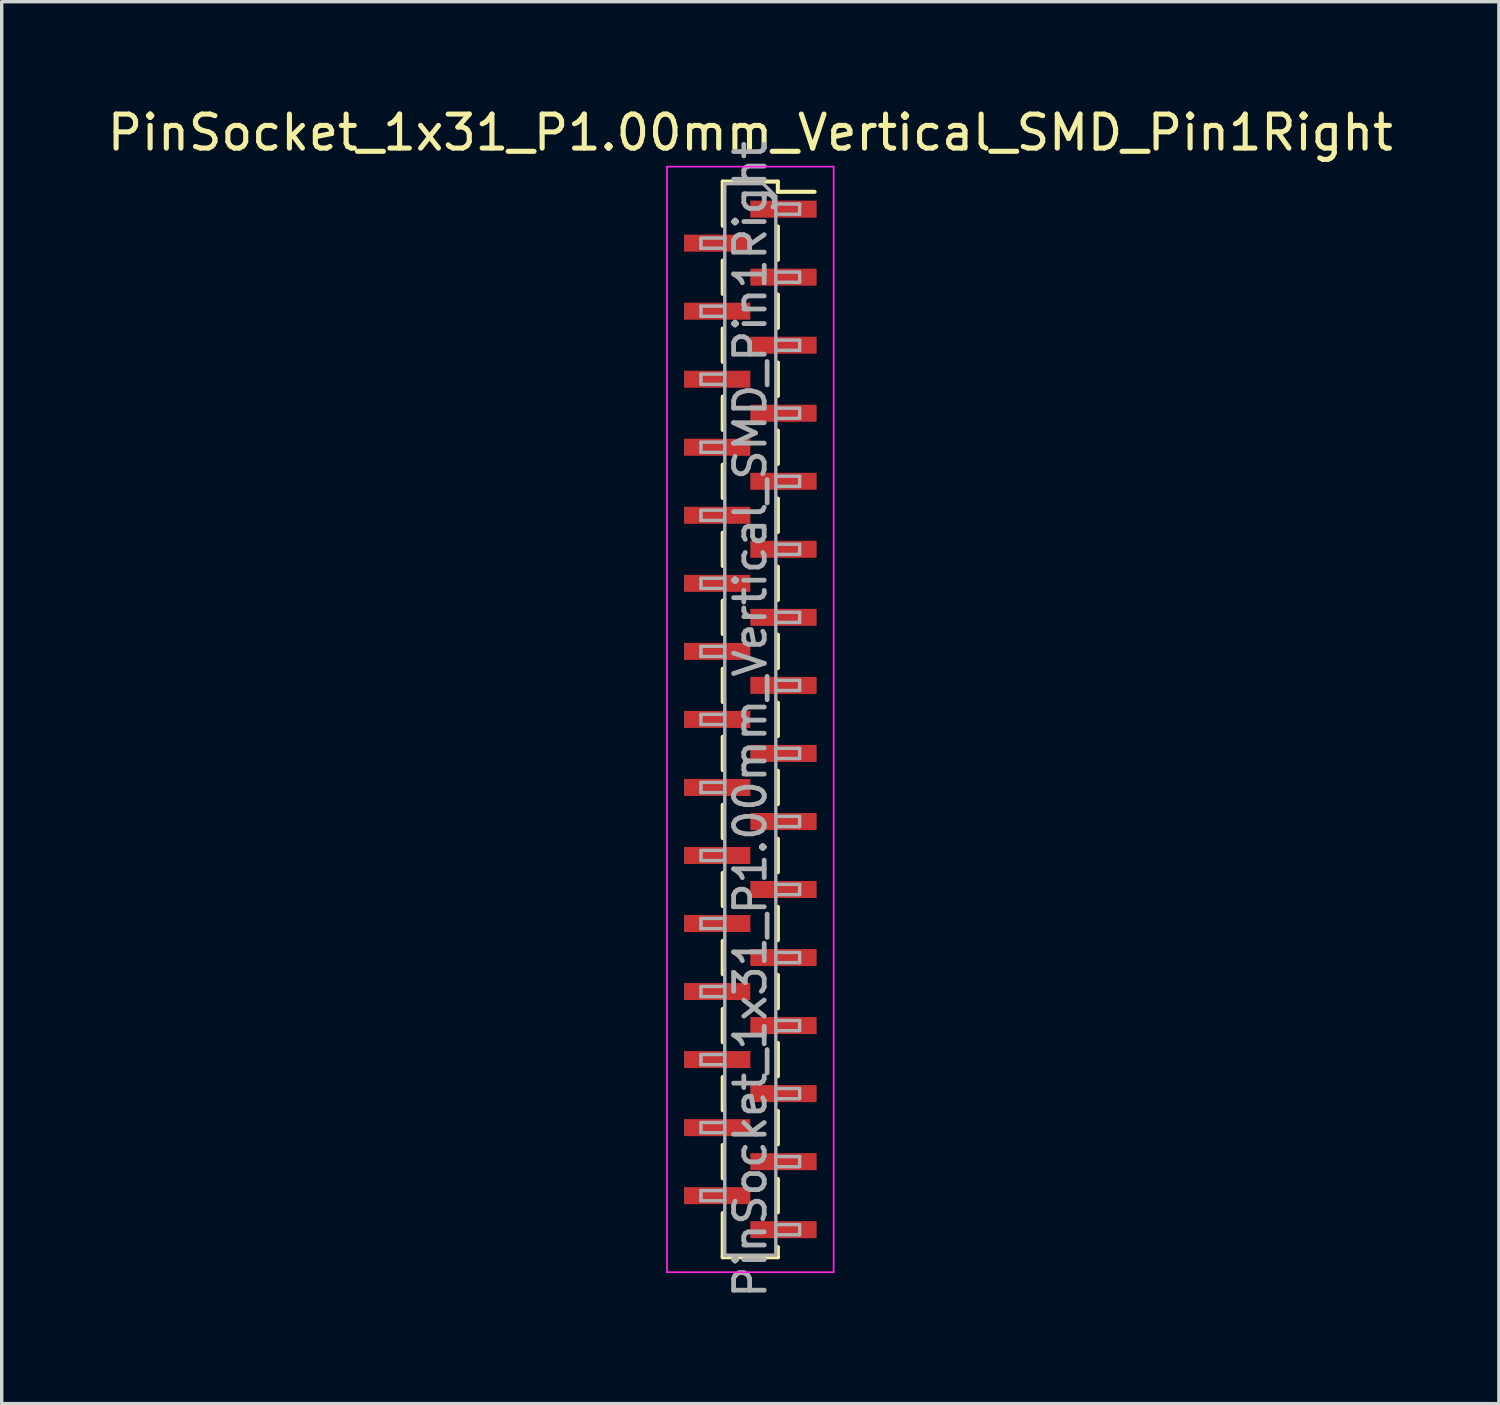
<source format=kicad_pcb>
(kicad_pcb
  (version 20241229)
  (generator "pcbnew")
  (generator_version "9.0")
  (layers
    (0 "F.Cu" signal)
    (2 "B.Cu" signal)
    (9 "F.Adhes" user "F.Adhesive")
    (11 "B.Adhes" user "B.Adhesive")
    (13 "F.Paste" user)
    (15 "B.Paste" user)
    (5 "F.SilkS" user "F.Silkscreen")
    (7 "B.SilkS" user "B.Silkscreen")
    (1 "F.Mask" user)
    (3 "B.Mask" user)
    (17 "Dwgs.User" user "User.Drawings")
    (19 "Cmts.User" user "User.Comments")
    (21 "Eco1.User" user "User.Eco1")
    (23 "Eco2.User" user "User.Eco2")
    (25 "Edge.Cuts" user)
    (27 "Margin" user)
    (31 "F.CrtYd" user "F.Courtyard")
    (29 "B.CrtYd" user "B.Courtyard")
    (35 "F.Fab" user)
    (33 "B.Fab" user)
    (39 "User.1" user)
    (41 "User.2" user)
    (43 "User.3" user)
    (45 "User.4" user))
  (footprint "PinSocket_1x31_P1.00mm_Vertical_SMD_Pin1Right"
    (layer "F.Cu")
    (at 19.006 18.098)
    (property "Reference" "PinSocket_1x31_P1.00mm_Vertical_SMD_Pin1Right" (at 0 -17.25 0) (layer "F.SilkS") (effects (font (size 1 1) (thickness 0.15))))
    (attr smd)
    (fp_line (start -0.81 -15.81) (end -0.81 -14.51) (stroke (width 0.12) (type solid)) (layer "F.SilkS"))
    (fp_line (start -0.81 -15.81) (end 0.81 -15.81) (stroke (width 0.12) (type solid)) (layer "F.SilkS"))
    (fp_line (start -0.81 -13.49) (end -0.81 -12.51) (stroke (width 0.12) (type solid)) (layer "F.SilkS"))
    (fp_line (start -0.81 -11.49) (end -0.81 -10.51) (stroke (width 0.12) (type solid)) (layer "F.SilkS"))
    (fp_line (start -0.81 -9.49) (end -0.81 -8.51) (stroke (width 0.12) (type solid)) (layer "F.SilkS"))
    (fp_line (start -0.81 -7.49) (end -0.81 -6.51) (stroke (width 0.12) (type solid)) (layer "F.SilkS"))
    (fp_line (start -0.81 -5.49) (end -0.81 -4.51) (stroke (width 0.12) (type solid)) (layer "F.SilkS"))
    (fp_line (start -0.81 -3.49) (end -0.81 -2.51) (stroke (width 0.12) (type solid)) (layer "F.SilkS"))
    (fp_line (start -0.81 -1.49) (end -0.81 -0.51) (stroke (width 0.12) (type solid)) (layer "F.SilkS"))
    (fp_line (start -0.81 0.51) (end -0.81 1.49) (stroke (width 0.12) (type solid)) (layer "F.SilkS"))
    (fp_line (start -0.81 2.51) (end -0.81 3.49) (stroke (width 0.12) (type solid)) (layer "F.SilkS"))
    (fp_line (start -0.81 4.51) (end -0.81 5.49) (stroke (width 0.12) (type solid)) (layer "F.SilkS"))
    (fp_line (start -0.81 6.51) (end -0.81 7.49) (stroke (width 0.12) (type solid)) (layer "F.SilkS"))
    (fp_line (start -0.81 8.51) (end -0.81 9.49) (stroke (width 0.12) (type solid)) (layer "F.SilkS"))
    (fp_line (start -0.81 10.51) (end -0.81 11.49) (stroke (width 0.12) (type solid)) (layer "F.SilkS"))
    (fp_line (start -0.81 12.51) (end -0.81 13.49) (stroke (width 0.12) (type solid)) (layer "F.SilkS"))
    (fp_line (start -0.81 14.51) (end -0.81 15.81) (stroke (width 0.12) (type solid)) (layer "F.SilkS"))
    (fp_line (start -0.81 15.81) (end 0.81 15.81) (stroke (width 0.12) (type solid)) (layer "F.SilkS"))
    (fp_line (start 0.81 -15.81) (end 0.81 -15.51) (stroke (width 0.12) (type solid)) (layer "F.SilkS"))
    (fp_line (start 0.81 -15.51) (end 1.89 -15.51) (stroke (width 0.12) (type solid)) (layer "F.SilkS"))
    (fp_line (start 0.81 -14.49) (end 0.81 -13.51) (stroke (width 0.12) (type solid)) (layer "F.SilkS"))
    (fp_line (start 0.81 -12.49) (end 0.81 -11.51) (stroke (width 0.12) (type solid)) (layer "F.SilkS"))
    (fp_line (start 0.81 -10.49) (end 0.81 -9.51) (stroke (width 0.12) (type solid)) (layer "F.SilkS"))
    (fp_line (start 0.81 -8.49) (end 0.81 -7.51) (stroke (width 0.12) (type solid)) (layer "F.SilkS"))
    (fp_line (start 0.81 -6.49) (end 0.81 -5.51) (stroke (width 0.12) (type solid)) (layer "F.SilkS"))
    (fp_line (start 0.81 -4.49) (end 0.81 -3.51) (stroke (width 0.12) (type solid)) (layer "F.SilkS"))
    (fp_line (start 0.81 -2.49) (end 0.81 -1.51) (stroke (width 0.12) (type solid)) (layer "F.SilkS"))
    (fp_line (start 0.81 -0.49) (end 0.81 0.49) (stroke (width 0.12) (type solid)) (layer "F.SilkS"))
    (fp_line (start 0.81 1.51) (end 0.81 2.49) (stroke (width 0.12) (type solid)) (layer "F.SilkS"))
    (fp_line (start 0.81 3.51) (end 0.81 4.49) (stroke (width 0.12) (type solid)) (layer "F.SilkS"))
    (fp_line (start 0.81 5.51) (end 0.81 6.49) (stroke (width 0.12) (type solid)) (layer "F.SilkS"))
    (fp_line (start 0.81 7.51) (end 0.81 8.49) (stroke (width 0.12) (type solid)) (layer "F.SilkS"))
    (fp_line (start 0.81 9.51) (end 0.81 10.49) (stroke (width 0.12) (type solid)) (layer "F.SilkS"))
    (fp_line (start 0.81 11.51) (end 0.81 12.49) (stroke (width 0.12) (type solid)) (layer "F.SilkS"))
    (fp_line (start 0.81 13.51) (end 0.81 14.49) (stroke (width 0.12) (type solid)) (layer "F.SilkS"))
    (fp_line (start 0.81 15.51) (end 0.81 15.81) (stroke (width 0.12) (type solid)) (layer "F.SilkS"))
    (fp_line (start -2.45 -16.25) (end 2.45 -16.25) (stroke (width 0.05) (type solid)) (layer "F.CrtYd"))
    (fp_line (start -2.45 16.25) (end -2.45 -16.25) (stroke (width 0.05) (type solid)) (layer "F.CrtYd"))
    (fp_line (start 2.45 -16.25) (end 2.45 16.25) (stroke (width 0.05) (type solid)) (layer "F.CrtYd"))
    (fp_line (start 2.45 16.25) (end -2.45 16.25) (stroke (width 0.05) (type solid)) (layer "F.CrtYd"))
    (fp_line (start -1.45 -14.15) (end -0.75 -14.15) (stroke (width 0.1) (type solid)) (layer "F.Fab"))
    (fp_line (start -1.45 -13.85) (end -1.45 -14.15) (stroke (width 0.1) (type solid)) (layer "F.Fab"))
    (fp_line (start -1.45 -12.15) (end -0.75 -12.15) (stroke (width 0.1) (type solid)) (layer "F.Fab"))
    (fp_line (start -1.45 -11.85) (end -1.45 -12.15) (stroke (width 0.1) (type solid)) (layer "F.Fab"))
    (fp_line (start -1.45 -10.15) (end -0.75 -10.15) (stroke (width 0.1) (type solid)) (layer "F.Fab"))
    (fp_line (start -1.45 -9.85) (end -1.45 -10.15) (stroke (width 0.1) (type solid)) (layer "F.Fab"))
    (fp_line (start -1.45 -8.15) (end -0.75 -8.15) (stroke (width 0.1) (type solid)) (layer "F.Fab"))
    (fp_line (start -1.45 -7.85) (end -1.45 -8.15) (stroke (width 0.1) (type solid)) (layer "F.Fab"))
    (fp_line (start -1.45 -6.15) (end -0.75 -6.15) (stroke (width 0.1) (type solid)) (layer "F.Fab"))
    (fp_line (start -1.45 -5.85) (end -1.45 -6.15) (stroke (width 0.1) (type solid)) (layer "F.Fab"))
    (fp_line (start -1.45 -4.15) (end -0.75 -4.15) (stroke (width 0.1) (type solid)) (layer "F.Fab"))
    (fp_line (start -1.45 -3.85) (end -1.45 -4.15) (stroke (width 0.1) (type solid)) (layer "F.Fab"))
    (fp_line (start -1.45 -2.15) (end -0.75 -2.15) (stroke (width 0.1) (type solid)) (layer "F.Fab"))
    (fp_line (start -1.45 -1.85) (end -1.45 -2.15) (stroke (width 0.1) (type solid)) (layer "F.Fab"))
    (fp_line (start -1.45 -0.15) (end -0.75 -0.15) (stroke (width 0.1) (type solid)) (layer "F.Fab"))
    (fp_line (start -1.45 0.15) (end -1.45 -0.15) (stroke (width 0.1) (type solid)) (layer "F.Fab"))
    (fp_line (start -1.45 1.85) (end -0.75 1.85) (stroke (width 0.1) (type solid)) (layer "F.Fab"))
    (fp_line (start -1.45 2.15) (end -1.45 1.85) (stroke (width 0.1) (type solid)) (layer "F.Fab"))
    (fp_line (start -1.45 3.85) (end -0.75 3.85) (stroke (width 0.1) (type solid)) (layer "F.Fab"))
    (fp_line (start -1.45 4.15) (end -1.45 3.85) (stroke (width 0.1) (type solid)) (layer "F.Fab"))
    (fp_line (start -1.45 5.85) (end -0.75 5.85) (stroke (width 0.1) (type solid)) (layer "F.Fab"))
    (fp_line (start -1.45 6.15) (end -1.45 5.85) (stroke (width 0.1) (type solid)) (layer "F.Fab"))
    (fp_line (start -1.45 7.85) (end -0.75 7.85) (stroke (width 0.1) (type solid)) (layer "F.Fab"))
    (fp_line (start -1.45 8.15) (end -1.45 7.85) (stroke (width 0.1) (type solid)) (layer "F.Fab"))
    (fp_line (start -1.45 9.85) (end -0.75 9.85) (stroke (width 0.1) (type solid)) (layer "F.Fab"))
    (fp_line (start -1.45 10.15) (end -1.45 9.85) (stroke (width 0.1) (type solid)) (layer "F.Fab"))
    (fp_line (start -1.45 11.85) (end -0.75 11.85) (stroke (width 0.1) (type solid)) (layer "F.Fab"))
    (fp_line (start -1.45 12.15) (end -1.45 11.85) (stroke (width 0.1) (type solid)) (layer "F.Fab"))
    (fp_line (start -1.45 13.85) (end -0.75 13.85) (stroke (width 0.1) (type solid)) (layer "F.Fab"))
    (fp_line (start -1.45 14.15) (end -1.45 13.85) (stroke (width 0.1) (type solid)) (layer "F.Fab"))
    (fp_line (start -0.75 -15.75) (end 0.375 -15.75) (stroke (width 0.1) (type solid)) (layer "F.Fab"))
    (fp_line (start -0.75 -13.85) (end -1.45 -13.85) (stroke (width 0.1) (type solid)) (layer "F.Fab"))
    (fp_line (start -0.75 -11.85) (end -1.45 -11.85) (stroke (width 0.1) (type solid)) (layer "F.Fab"))
    (fp_line (start -0.75 -9.85) (end -1.45 -9.85) (stroke (width 0.1) (type solid)) (layer "F.Fab"))
    (fp_line (start -0.75 -7.85) (end -1.45 -7.85) (stroke (width 0.1) (type solid)) (layer "F.Fab"))
    (fp_line (start -0.75 -5.85) (end -1.45 -5.85) (stroke (width 0.1) (type solid)) (layer "F.Fab"))
    (fp_line (start -0.75 -3.85) (end -1.45 -3.85) (stroke (width 0.1) (type solid)) (layer "F.Fab"))
    (fp_line (start -0.75 -1.85) (end -1.45 -1.85) (stroke (width 0.1) (type solid)) (layer "F.Fab"))
    (fp_line (start -0.75 0.15) (end -1.45 0.15) (stroke (width 0.1) (type solid)) (layer "F.Fab"))
    (fp_line (start -0.75 2.15) (end -1.45 2.15) (stroke (width 0.1) (type solid)) (layer "F.Fab"))
    (fp_line (start -0.75 4.15) (end -1.45 4.15) (stroke (width 0.1) (type solid)) (layer "F.Fab"))
    (fp_line (start -0.75 6.15) (end -1.45 6.15) (stroke (width 0.1) (type solid)) (layer "F.Fab"))
    (fp_line (start -0.75 8.15) (end -1.45 8.15) (stroke (width 0.1) (type solid)) (layer "F.Fab"))
    (fp_line (start -0.75 10.15) (end -1.45 10.15) (stroke (width 0.1) (type solid)) (layer "F.Fab"))
    (fp_line (start -0.75 12.15) (end -1.45 12.15) (stroke (width 0.1) (type solid)) (layer "F.Fab"))
    (fp_line (start -0.75 14.15) (end -1.45 14.15) (stroke (width 0.1) (type solid)) (layer "F.Fab"))
    (fp_line (start -0.75 15.75) (end -0.75 -15.75) (stroke (width 0.1) (type solid)) (layer "F.Fab"))
    (fp_line (start 0.375 -15.75) (end 0.75 -15.375) (stroke (width 0.1) (type solid)) (layer "F.Fab"))
    (fp_line (start 0.75 -15.375) (end 0.75 15.75) (stroke (width 0.1) (type solid)) (layer "F.Fab"))
    (fp_line (start 0.75 -15.15) (end 1.45 -15.15) (stroke (width 0.1) (type solid)) (layer "F.Fab"))
    (fp_line (start 0.75 -13.15) (end 1.45 -13.15) (stroke (width 0.1) (type solid)) (layer "F.Fab"))
    (fp_line (start 0.75 -11.15) (end 1.45 -11.15) (stroke (width 0.1) (type solid)) (layer "F.Fab"))
    (fp_line (start 0.75 -9.15) (end 1.45 -9.15) (stroke (width 0.1) (type solid)) (layer "F.Fab"))
    (fp_line (start 0.75 -7.15) (end 1.45 -7.15) (stroke (width 0.1) (type solid)) (layer "F.Fab"))
    (fp_line (start 0.75 -5.15) (end 1.45 -5.15) (stroke (width 0.1) (type solid)) (layer "F.Fab"))
    (fp_line (start 0.75 -3.15) (end 1.45 -3.15) (stroke (width 0.1) (type solid)) (layer "F.Fab"))
    (fp_line (start 0.75 -1.15) (end 1.45 -1.15) (stroke (width 0.1) (type solid)) (layer "F.Fab"))
    (fp_line (start 0.75 0.85) (end 1.45 0.85) (stroke (width 0.1) (type solid)) (layer "F.Fab"))
    (fp_line (start 0.75 2.85) (end 1.45 2.85) (stroke (width 0.1) (type solid)) (layer "F.Fab"))
    (fp_line (start 0.75 4.85) (end 1.45 4.85) (stroke (width 0.1) (type solid)) (layer "F.Fab"))
    (fp_line (start 0.75 6.85) (end 1.45 6.85) (stroke (width 0.1) (type solid)) (layer "F.Fab"))
    (fp_line (start 0.75 8.85) (end 1.45 8.85) (stroke (width 0.1) (type solid)) (layer "F.Fab"))
    (fp_line (start 0.75 10.85) (end 1.45 10.85) (stroke (width 0.1) (type solid)) (layer "F.Fab"))
    (fp_line (start 0.75 12.85) (end 1.45 12.85) (stroke (width 0.1) (type solid)) (layer "F.Fab"))
    (fp_line (start 0.75 14.85) (end 1.45 14.85) (stroke (width 0.1) (type solid)) (layer "F.Fab"))
    (fp_line (start 0.75 15.75) (end -0.75 15.75) (stroke (width 0.1) (type solid)) (layer "F.Fab"))
    (fp_line (start 1.45 -15.15) (end 1.45 -14.85) (stroke (width 0.1) (type solid)) (layer "F.Fab"))
    (fp_line (start 1.45 -14.85) (end 0.75 -14.85) (stroke (width 0.1) (type solid)) (layer "F.Fab"))
    (fp_line (start 1.45 -13.15) (end 1.45 -12.85) (stroke (width 0.1) (type solid)) (layer "F.Fab"))
    (fp_line (start 1.45 -12.85) (end 0.75 -12.85) (stroke (width 0.1) (type solid)) (layer "F.Fab"))
    (fp_line (start 1.45 -11.15) (end 1.45 -10.85) (stroke (width 0.1) (type solid)) (layer "F.Fab"))
    (fp_line (start 1.45 -10.85) (end 0.75 -10.85) (stroke (width 0.1) (type solid)) (layer "F.Fab"))
    (fp_line (start 1.45 -9.15) (end 1.45 -8.85) (stroke (width 0.1) (type solid)) (layer "F.Fab"))
    (fp_line (start 1.45 -8.85) (end 0.75 -8.85) (stroke (width 0.1) (type solid)) (layer "F.Fab"))
    (fp_line (start 1.45 -7.15) (end 1.45 -6.85) (stroke (width 0.1) (type solid)) (layer "F.Fab"))
    (fp_line (start 1.45 -6.85) (end 0.75 -6.85) (stroke (width 0.1) (type solid)) (layer "F.Fab"))
    (fp_line (start 1.45 -5.15) (end 1.45 -4.85) (stroke (width 0.1) (type solid)) (layer "F.Fab"))
    (fp_line (start 1.45 -4.85) (end 0.75 -4.85) (stroke (width 0.1) (type solid)) (layer "F.Fab"))
    (fp_line (start 1.45 -3.15) (end 1.45 -2.85) (stroke (width 0.1) (type solid)) (layer "F.Fab"))
    (fp_line (start 1.45 -2.85) (end 0.75 -2.85) (stroke (width 0.1) (type solid)) (layer "F.Fab"))
    (fp_line (start 1.45 -1.15) (end 1.45 -0.85) (stroke (width 0.1) (type solid)) (layer "F.Fab"))
    (fp_line (start 1.45 -0.85) (end 0.75 -0.85) (stroke (width 0.1) (type solid)) (layer "F.Fab"))
    (fp_line (start 1.45 0.85) (end 1.45 1.15) (stroke (width 0.1) (type solid)) (layer "F.Fab"))
    (fp_line (start 1.45 1.15) (end 0.75 1.15) (stroke (width 0.1) (type solid)) (layer "F.Fab"))
    (fp_line (start 1.45 2.85) (end 1.45 3.15) (stroke (width 0.1) (type solid)) (layer "F.Fab"))
    (fp_line (start 1.45 3.15) (end 0.75 3.15) (stroke (width 0.1) (type solid)) (layer "F.Fab"))
    (fp_line (start 1.45 4.85) (end 1.45 5.15) (stroke (width 0.1) (type solid)) (layer "F.Fab"))
    (fp_line (start 1.45 5.15) (end 0.75 5.15) (stroke (width 0.1) (type solid)) (layer "F.Fab"))
    (fp_line (start 1.45 6.85) (end 1.45 7.15) (stroke (width 0.1) (type solid)) (layer "F.Fab"))
    (fp_line (start 1.45 7.15) (end 0.75 7.15) (stroke (width 0.1) (type solid)) (layer "F.Fab"))
    (fp_line (start 1.45 8.85) (end 1.45 9.15) (stroke (width 0.1) (type solid)) (layer "F.Fab"))
    (fp_line (start 1.45 9.15) (end 0.75 9.15) (stroke (width 0.1) (type solid)) (layer "F.Fab"))
    (fp_line (start 1.45 10.85) (end 1.45 11.15) (stroke (width 0.1) (type solid)) (layer "F.Fab"))
    (fp_line (start 1.45 11.15) (end 0.75 11.15) (stroke (width 0.1) (type solid)) (layer "F.Fab"))
    (fp_line (start 1.45 12.85) (end 1.45 13.15) (stroke (width 0.1) (type solid)) (layer "F.Fab"))
    (fp_line (start 1.45 13.15) (end 0.75 13.15) (stroke (width 0.1) (type solid)) (layer "F.Fab"))
    (fp_line (start 1.45 14.85) (end 1.45 15.15) (stroke (width 0.1) (type solid)) (layer "F.Fab"))
    (fp_line (start 1.45 15.15) (end 0.75 15.15) (stroke (width 0.1) (type solid)) (layer "F.Fab"))
    (fp_text user "${REFERENCE}" (at 0 0 90) (layer "F.Fab") (effects (font (size 0.9 0.9) (thickness 0.14))))
    (pad "1" smd rect (at 0.975 -15) (size 1.95 0.5) (layers "F.Cu" "F.Mask" "F.Paste"))
    (pad "2" smd rect (at -0.975 -14) (size 1.95 0.5) (layers "F.Cu" "F.Mask" "F.Paste"))
    (pad "3" smd rect (at 0.975 -13) (size 1.95 0.5) (layers "F.Cu" "F.Mask" "F.Paste"))
    (pad "4" smd rect (at -0.975 -12) (size 1.95 0.5) (layers "F.Cu" "F.Mask" "F.Paste"))
    (pad "5" smd rect (at 0.975 -11) (size 1.95 0.5) (layers "F.Cu" "F.Mask" "F.Paste"))
    (pad "6" smd rect (at -0.975 -10) (size 1.95 0.5) (layers "F.Cu" "F.Mask" "F.Paste"))
    (pad "7" smd rect (at 0.975 -9) (size 1.95 0.5) (layers "F.Cu" "F.Mask" "F.Paste"))
    (pad "8" smd rect (at -0.975 -8) (size 1.95 0.5) (layers "F.Cu" "F.Mask" "F.Paste"))
    (pad "9" smd rect (at 0.975 -7) (size 1.95 0.5) (layers "F.Cu" "F.Mask" "F.Paste"))
    (pad "10" smd rect (at -0.975 -6) (size 1.95 0.5) (layers "F.Cu" "F.Mask" "F.Paste"))
    (pad "11" smd rect (at 0.975 -5) (size 1.95 0.5) (layers "F.Cu" "F.Mask" "F.Paste"))
    (pad "12" smd rect (at -0.975 -4) (size 1.95 0.5) (layers "F.Cu" "F.Mask" "F.Paste"))
    (pad "13" smd rect (at 0.975 -3) (size 1.95 0.5) (layers "F.Cu" "F.Mask" "F.Paste"))
    (pad "14" smd rect (at -0.975 -2) (size 1.95 0.5) (layers "F.Cu" "F.Mask" "F.Paste"))
    (pad "15" smd rect (at 0.975 -1) (size 1.95 0.5) (layers "F.Cu" "F.Mask" "F.Paste"))
    (pad "16" smd rect (at -0.975 0) (size 1.95 0.5) (layers "F.Cu" "F.Mask" "F.Paste"))
    (pad "17" smd rect (at 0.975 1) (size 1.95 0.5) (layers "F.Cu" "F.Mask" "F.Paste"))
    (pad "18" smd rect (at -0.975 2) (size 1.95 0.5) (layers "F.Cu" "F.Mask" "F.Paste"))
    (pad "19" smd rect (at 0.975 3) (size 1.95 0.5) (layers "F.Cu" "F.Mask" "F.Paste"))
    (pad "20" smd rect (at -0.975 4) (size 1.95 0.5) (layers "F.Cu" "F.Mask" "F.Paste"))
    (pad "21" smd rect (at 0.975 5) (size 1.95 0.5) (layers "F.Cu" "F.Mask" "F.Paste"))
    (pad "22" smd rect (at -0.975 6) (size 1.95 0.5) (layers "F.Cu" "F.Mask" "F.Paste"))
    (pad "23" smd rect (at 0.975 7) (size 1.95 0.5) (layers "F.Cu" "F.Mask" "F.Paste"))
    (pad "24" smd rect (at -0.975 8) (size 1.95 0.5) (layers "F.Cu" "F.Mask" "F.Paste"))
    (pad "25" smd rect (at 0.975 9) (size 1.95 0.5) (layers "F.Cu" "F.Mask" "F.Paste"))
    (pad "26" smd rect (at -0.975 10) (size 1.95 0.5) (layers "F.Cu" "F.Mask" "F.Paste"))
    (pad "27" smd rect (at 0.975 11) (size 1.95 0.5) (layers "F.Cu" "F.Mask" "F.Paste"))
    (pad "28" smd rect (at -0.975 12) (size 1.95 0.5) (layers "F.Cu" "F.Mask" "F.Paste"))
    (pad "29" smd rect (at 0.975 13) (size 1.95 0.5) (layers "F.Cu" "F.Mask" "F.Paste"))
    (pad "30" smd rect (at -0.975 14) (size 1.95 0.5) (layers "F.Cu" "F.Mask" "F.Paste"))
    (pad "31" smd rect (at 0.975 15) (size 1.95 0.5) (layers "F.Cu" "F.Mask" "F.Paste")))
  (gr_rect
    (start -3 -3)
    (end 41.012 38.211)
    (stroke (width 0.1) (type default))
    (fill no)
    (layer "Edge.Cuts")))
</source>
